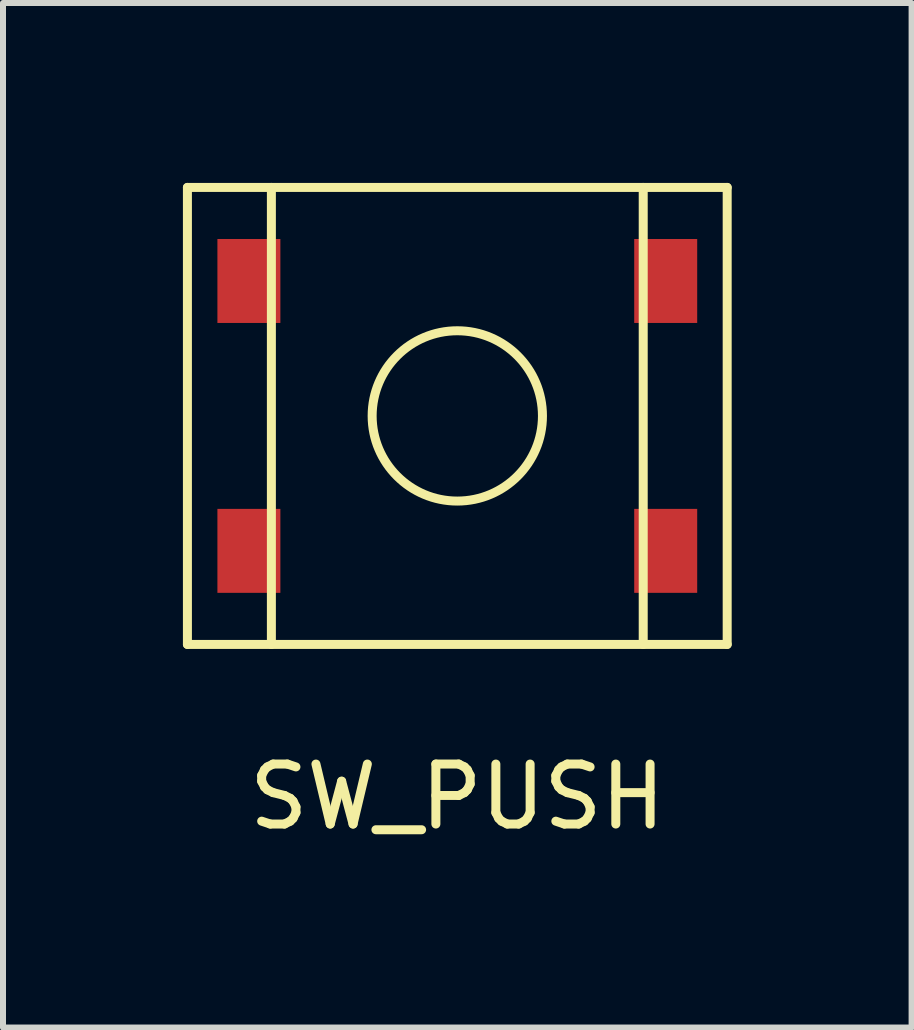
<source format=kicad_pcb>
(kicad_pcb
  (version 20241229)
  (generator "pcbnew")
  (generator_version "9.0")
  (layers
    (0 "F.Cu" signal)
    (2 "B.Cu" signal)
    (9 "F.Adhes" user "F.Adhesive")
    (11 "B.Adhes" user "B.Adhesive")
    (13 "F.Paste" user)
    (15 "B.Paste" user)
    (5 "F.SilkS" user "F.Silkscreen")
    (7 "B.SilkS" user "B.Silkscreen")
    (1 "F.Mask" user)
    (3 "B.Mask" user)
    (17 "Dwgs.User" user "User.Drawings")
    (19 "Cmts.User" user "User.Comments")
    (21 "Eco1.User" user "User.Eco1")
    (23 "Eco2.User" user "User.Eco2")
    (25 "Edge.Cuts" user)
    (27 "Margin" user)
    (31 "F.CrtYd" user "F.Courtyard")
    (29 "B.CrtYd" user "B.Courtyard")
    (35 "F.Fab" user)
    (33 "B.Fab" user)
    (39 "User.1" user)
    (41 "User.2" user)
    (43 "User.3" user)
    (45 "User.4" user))
  (footprint "SW_PUSH"
    (layer "F.Cu")
    (at 4.575 3.885)
    (property "Reference" "SW_PUSH" (at 0 6.35 0) (layer "F.SilkS") (effects (font (size 1 1) (thickness 0.15))))
    (attr through_hole)
    (fp_line (start -4.5 -3.81) (end -4.5 3.81) (stroke (width 0.15) (type solid)) (layer "F.SilkS"))
    (fp_line (start -4.5 -3.81) (end 4.5 -3.81) (stroke (width 0.15) (type solid)) (layer "F.SilkS"))
    (fp_line (start -4.5 3.81) (end 4.5 3.81) (stroke (width 0.15) (type solid)) (layer "F.SilkS"))
    (fp_line (start -3.1 -3.81) (end -3.1 3.81) (stroke (width 0.15) (type solid)) (layer "F.SilkS"))
    (fp_line (start 3.1 -3.81) (end 3.1 3.81) (stroke (width 0.15) (type solid)) (layer "F.SilkS"))
    (fp_line (start 4.5 -3.81) (end 4.5 3.81) (stroke (width 0.15) (type solid)) (layer "F.SilkS"))
    (fp_circle (center 0 0) (end 0.635 -1.27) (stroke (width 0.15) (type solid)) (fill no) (layer "F.SilkS"))
    (pad "1" smd rect (at -3.475 -2.25) (size 1.05 1.4) (layers "F.Cu" "F.Mask" "F.Paste"))
    (pad "1" smd rect (at 3.475 -2.25) (size 1.05 1.4) (layers "F.Cu" "F.Mask" "F.Paste"))
    (pad "2" smd rect (at -3.475 2.25) (size 1.05 1.4) (layers "F.Cu" "F.Mask" "F.Paste"))
    (pad "2" smd rect (at 3.475 2.25) (size 1.05 1.4) (layers "F.Cu" "F.Mask" "F.Paste")))
  (gr_rect
    (start -3 -3)
    (end 12.15 14.083)
    (stroke (width 0.1) (type default))
    (fill no)
    (layer "Edge.Cuts")))
</source>
